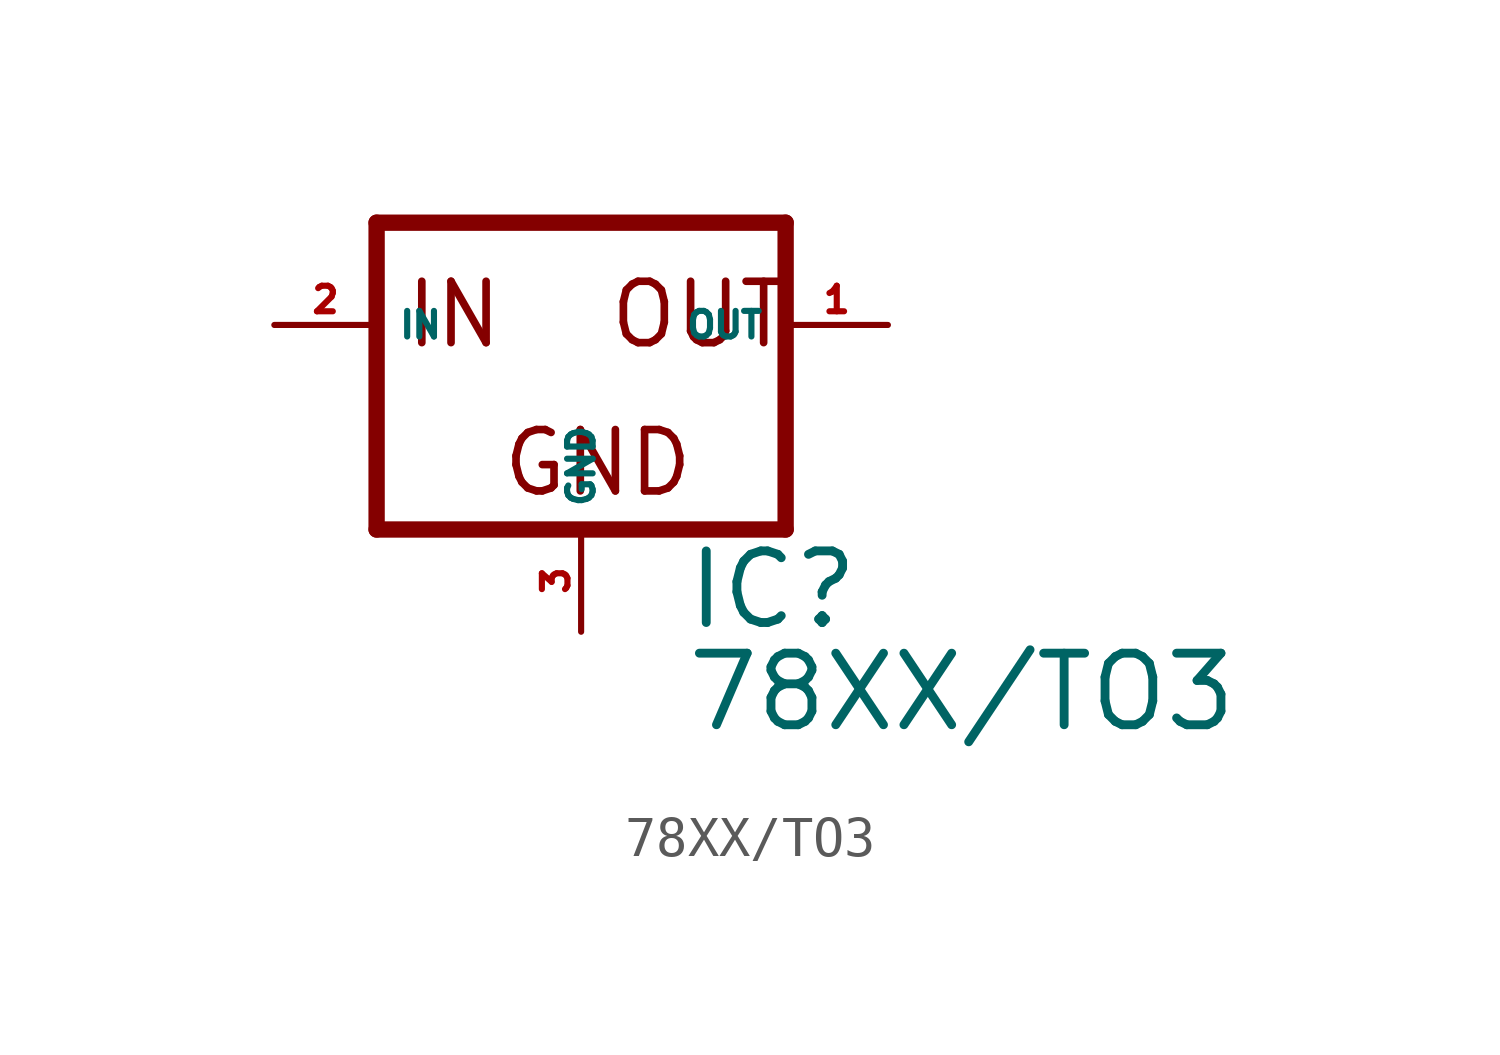
<source format=kicad_sym>
(kicad_symbol_lib
  (version 20220914)
  (generator Eagle2Kicad)
  (symbol "78XX/TO3"
    (property "Reference" "IC"
      (at 2.54 -7.62 0)
      (effects (font (size 1.778 1.778) (thickness 0.22)) (justify left bottom)))
    (property "Value" "78XX/TO3"
      (at 2.54 -10.16 0)
      (effects (font (size 1.778 1.778) (thickness 0.22)) (justify left bottom)))
    (polyline
      (pts (xy -5.08 -5.08) (xy 5.08 -5.08))
      (stroke (width 0.406) (type default))
      (fill (type none)))
    (polyline
      (pts (xy 5.08 -5.08) (xy 5.08 2.54))
      (stroke (width 0.406) (type default))
      (fill (type none)))
    (polyline
      (pts (xy 5.08 2.54) (xy -5.08 2.54))
      (stroke (width 0.406) (type default))
      (fill (type none)))
    (polyline
      (pts (xy -5.08 2.54) (xy -5.08 -5.08))
      (stroke (width 0.406) (type default))
      (fill (type none)))
    (text "GND"
      (at -2.032 -4.318 0)
      (effects (font (size 1.524 1.524) (thickness 0.19)) (justify left bottom)))
    (text "IN"
      (at -4.445 -0.635 0)
      (effects (font (size 1.524 1.524) (thickness 0.19)) (justify left bottom)))
    (text "OUT"
      (at 0.635 -0.635 0)
      (effects (font (size 1.524 1.524) (thickness 0.19)) (justify left bottom)))
    (pin input line
      (at -7.62 0 0)
      (length 2.54)
      (name "IN" (effects (font (size 0.635 0.635) (thickness 0.08)) (justify left bottom)))
      (number "2" (effects (font (size 0.635 0.635) (thickness 0.08)) (justify left bottom))))
    (pin input line
      (at 0 -7.62 90)
      (length 2.54)
      (name "GND" (effects (font (size 0.635 0.635) (thickness 0.08)) (justify left bottom)))
      (number "3" (effects (font (size 0.635 0.635) (thickness 0.08)) (justify left bottom))))
    (pin passive line
      (at 7.62 0 180)
      (length 2.54)
      (name "OUT" (effects (font (size 0.635 0.635) (thickness 0.08)) (justify left bottom)))
      (number "1" (effects (font (size 0.635 0.635) (thickness 0.08)) (justify left bottom))))))
</source>
